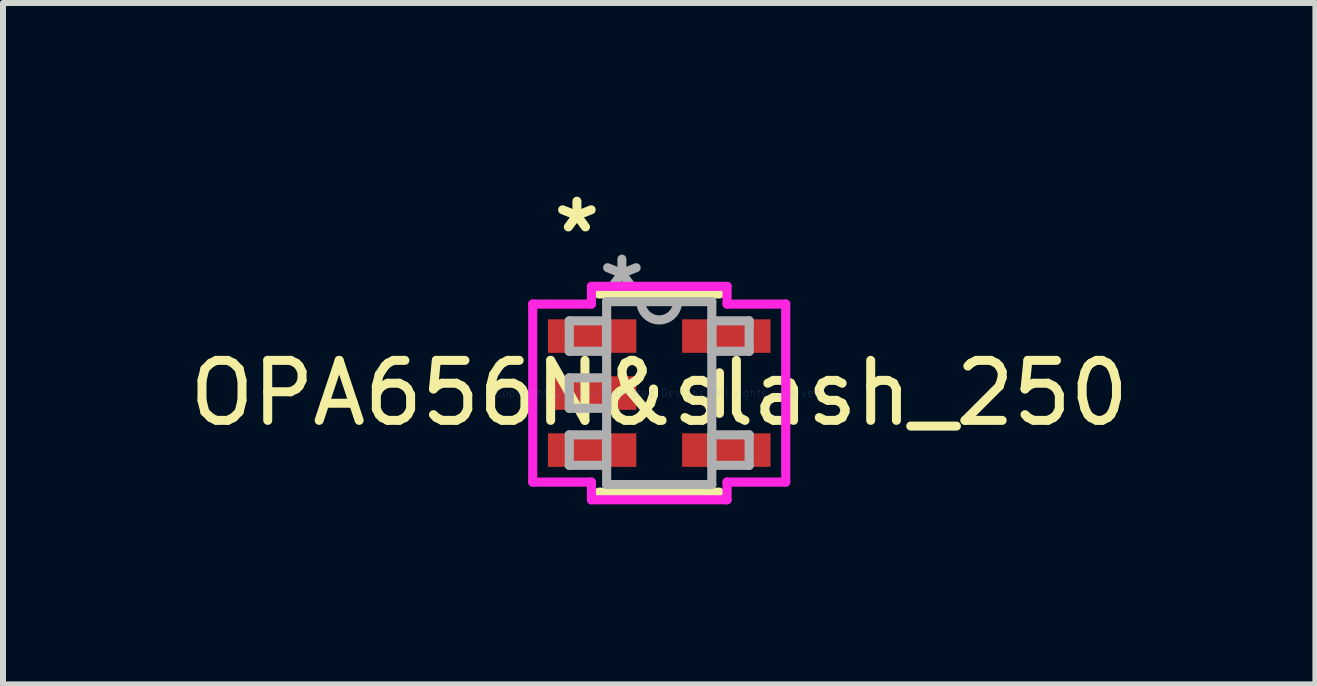
<source format=kicad_pcb>
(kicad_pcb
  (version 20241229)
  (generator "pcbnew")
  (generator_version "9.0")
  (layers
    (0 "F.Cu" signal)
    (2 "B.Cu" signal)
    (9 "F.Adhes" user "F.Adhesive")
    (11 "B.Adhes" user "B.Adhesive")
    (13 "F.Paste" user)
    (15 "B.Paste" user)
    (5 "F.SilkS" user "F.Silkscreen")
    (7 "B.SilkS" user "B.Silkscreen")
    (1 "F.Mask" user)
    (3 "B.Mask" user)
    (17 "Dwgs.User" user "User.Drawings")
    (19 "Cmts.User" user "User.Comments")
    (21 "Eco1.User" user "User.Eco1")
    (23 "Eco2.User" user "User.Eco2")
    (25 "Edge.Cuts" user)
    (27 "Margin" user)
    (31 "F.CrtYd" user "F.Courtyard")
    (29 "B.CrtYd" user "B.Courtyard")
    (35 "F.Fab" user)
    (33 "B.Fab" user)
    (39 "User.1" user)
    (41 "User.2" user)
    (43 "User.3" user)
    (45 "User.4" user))
  (footprint "OPA656N&slash_250"
    (layer "F.Cu")
    (at 7.935 3.5)
    (property "Reference" "OPA656N&slash_250" (at 0 0 0) (layer "F.SilkS") (effects (font (size 1 1) (thickness 0.15))))
    (attr through_hole)
    (fp_line (start -1.003 1.651) (end 1.003 1.651) (stroke (width 0.152) (type solid)) (layer "F.SilkS"))
    (fp_line (start 1.003 -1.651) (end -1.003 -1.651) (stroke (width 0.152) (type solid)) (layer "F.SilkS"))
    (fp_line (start 1.003 0.338) (end 1.003 -0.338) (stroke (width 0.152) (type solid)) (layer "F.SilkS"))
    (fp_line (start -2.108 -1.483) (end -1.13 -1.483) (stroke (width 0.152) (type solid)) (layer "F.CrtYd"))
    (fp_line (start -2.108 1.483) (end -2.108 -1.483) (stroke (width 0.152) (type solid)) (layer "F.CrtYd"))
    (fp_line (start -1.13 -1.778) (end 1.13 -1.778) (stroke (width 0.152) (type solid)) (layer "F.CrtYd"))
    (fp_line (start -1.13 -1.483) (end -1.13 -1.778) (stroke (width 0.152) (type solid)) (layer "F.CrtYd"))
    (fp_line (start -1.13 1.483) (end -2.108 1.483) (stroke (width 0.152) (type solid)) (layer "F.CrtYd"))
    (fp_line (start -1.13 1.778) (end -1.13 1.483) (stroke (width 0.152) (type solid)) (layer "F.CrtYd"))
    (fp_line (start 1.13 -1.778) (end 1.13 -1.483) (stroke (width 0.152) (type solid)) (layer "F.CrtYd"))
    (fp_line (start 1.13 -1.483) (end 2.108 -1.483) (stroke (width 0.152) (type solid)) (layer "F.CrtYd"))
    (fp_line (start 1.13 1.483) (end 1.13 1.778) (stroke (width 0.152) (type solid)) (layer "F.CrtYd"))
    (fp_line (start 1.13 1.778) (end -1.13 1.778) (stroke (width 0.152) (type solid)) (layer "F.CrtYd"))
    (fp_line (start 2.108 -1.483) (end 2.108 1.483) (stroke (width 0.152) (type solid)) (layer "F.CrtYd"))
    (fp_line (start 2.108 1.483) (end 1.13 1.483) (stroke (width 0.152) (type solid)) (layer "F.CrtYd"))
    (fp_line (start -1.499 -1.204) (end -1.499 -0.696) (stroke (width 0.152) (type solid)) (layer "F.Fab"))
    (fp_line (start -1.499 -0.696) (end -0.876 -0.696) (stroke (width 0.152) (type solid)) (layer "F.Fab"))
    (fp_line (start -1.499 -0.254) (end -1.499 0.254) (stroke (width 0.152) (type solid)) (layer "F.Fab"))
    (fp_line (start -1.499 0.254) (end -0.876 0.254) (stroke (width 0.152) (type solid)) (layer "F.Fab"))
    (fp_line (start -1.499 0.696) (end -1.499 1.204) (stroke (width 0.152) (type solid)) (layer "F.Fab"))
    (fp_line (start -1.499 1.204) (end -0.876 1.204) (stroke (width 0.152) (type solid)) (layer "F.Fab"))
    (fp_line (start -0.876 -1.524) (end -0.876 1.524) (stroke (width 0.152) (type solid)) (layer "F.Fab"))
    (fp_line (start -0.876 -1.204) (end -1.499 -1.204) (stroke (width 0.152) (type solid)) (layer "F.Fab"))
    (fp_line (start -0.876 -0.696) (end -0.876 -1.204) (stroke (width 0.152) (type solid)) (layer "F.Fab"))
    (fp_line (start -0.876 -0.254) (end -1.499 -0.254) (stroke (width 0.152) (type solid)) (layer "F.Fab"))
    (fp_line (start -0.876 0.254) (end -0.876 -0.254) (stroke (width 0.152) (type solid)) (layer "F.Fab"))
    (fp_line (start -0.876 0.696) (end -1.499 0.696) (stroke (width 0.152) (type solid)) (layer "F.Fab"))
    (fp_line (start -0.876 1.204) (end -0.876 0.696) (stroke (width 0.152) (type solid)) (layer "F.Fab"))
    (fp_line (start -0.876 1.524) (end 0.876 1.524) (stroke (width 0.152) (type solid)) (layer "F.Fab"))
    (fp_line (start 0.876 -1.524) (end -0.876 -1.524) (stroke (width 0.152) (type solid)) (layer "F.Fab"))
    (fp_line (start 0.876 -1.204) (end 0.876 -0.696) (stroke (width 0.152) (type solid)) (layer "F.Fab"))
    (fp_line (start 0.876 -0.696) (end 1.499 -0.696) (stroke (width 0.152) (type solid)) (layer "F.Fab"))
    (fp_line (start 0.876 0.696) (end 0.876 1.204) (stroke (width 0.152) (type solid)) (layer "F.Fab"))
    (fp_line (start 0.876 1.204) (end 1.499 1.204) (stroke (width 0.152) (type solid)) (layer "F.Fab"))
    (fp_line (start 0.876 1.524) (end 0.876 -1.524) (stroke (width 0.152) (type solid)) (layer "F.Fab"))
    (fp_line (start 1.499 -1.204) (end 0.876 -1.204) (stroke (width 0.152) (type solid)) (layer "F.Fab"))
    (fp_line (start 1.499 -0.696) (end 1.499 -1.204) (stroke (width 0.152) (type solid)) (layer "F.Fab"))
    (fp_line (start 1.499 0.696) (end 0.876 0.696) (stroke (width 0.152) (type solid)) (layer "F.Fab"))
    (fp_line (start 1.499 1.204) (end 1.499 0.696) (stroke (width 0.152) (type solid)) (layer "F.Fab"))
    (fp_arc (start 0.3048 -1.524) (mid 0 -1.2192) (end -0.3048 -1.524) (stroke (width 0.1524) (type solid)) (layer "F.Fab"))
    (fp_text user "*" (at -1.372 -2.652 0) (layer "F.SilkS") (effects (font (size 1 1) (thickness 0.15))))
    (fp_text user "Copyright 2016 Accelerated Designs. All rights reserved." (at 0 0 0) (layer "Cmts.User") (effects (font (size 0.127 0.127) (thickness 0.002))))
    (fp_text user "*" (at -0.622 -1.687 0) (layer "F.Fab") (effects (font (size 1 1) (thickness 0.15))))
    (pad "1" smd rect (at -1.118 -0.95) (size 1.473 0.559) (layers "F.Cu" "F.Mask" "F.Paste"))
    (pad "2" smd rect (at -1.118 0) (size 1.473 0.559) (layers "F.Cu" "F.Mask" "F.Paste"))
    (pad "3" smd rect (at -1.118 0.95) (size 1.473 0.559) (layers "F.Cu" "F.Mask" "F.Paste"))
    (pad "4" smd rect (at 1.118 0.95) (size 1.473 0.559) (layers "F.Cu" "F.Mask" "F.Paste"))
    (pad "5" smd rect (at 1.118 -0.95) (size 1.473 0.559) (layers "F.Cu" "F.Mask" "F.Paste")))
  (gr_rect
    (start -3 -3)
    (end 18.869 8.354)
    (stroke (width 0.1) (type default))
    (fill no)
    (layer "Edge.Cuts")))
</source>
